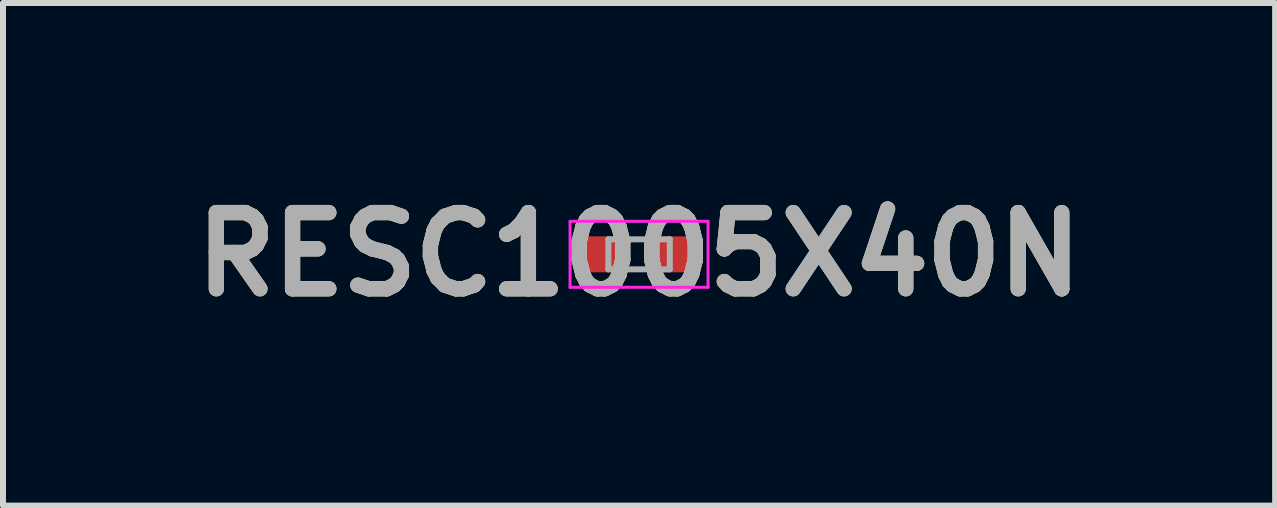
<source format=kicad_pcb>
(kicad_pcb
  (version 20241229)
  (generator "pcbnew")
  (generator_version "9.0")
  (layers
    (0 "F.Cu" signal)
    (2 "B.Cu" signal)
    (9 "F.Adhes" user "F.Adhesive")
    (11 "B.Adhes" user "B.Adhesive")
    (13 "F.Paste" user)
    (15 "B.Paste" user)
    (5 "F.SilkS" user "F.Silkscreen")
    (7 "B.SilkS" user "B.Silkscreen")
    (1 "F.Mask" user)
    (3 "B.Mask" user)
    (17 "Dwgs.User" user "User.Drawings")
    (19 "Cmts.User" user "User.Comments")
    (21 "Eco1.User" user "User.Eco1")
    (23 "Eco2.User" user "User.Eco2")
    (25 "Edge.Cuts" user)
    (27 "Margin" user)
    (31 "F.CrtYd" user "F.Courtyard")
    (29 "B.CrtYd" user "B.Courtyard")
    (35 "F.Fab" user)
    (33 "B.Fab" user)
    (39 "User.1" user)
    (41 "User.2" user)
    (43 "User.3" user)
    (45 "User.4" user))
  (footprint "RESC1005X40N"
    (layer "F.Cu")
    (at 7.602 1.189)
    (property "Reference" "RESC1005X40N" (at 0 0 0) (layer "F.SilkS") (effects (font (size 1.27 1.27) (thickness 0.254))))
    (attr smd)
    (fp_line (start -1.15 -0.55) (end 1.15 -0.55) (stroke (width 0.05) (type solid)) (layer "F.CrtYd"))
    (fp_line (start -1.15 0.55) (end -1.15 -0.55) (stroke (width 0.05) (type solid)) (layer "F.CrtYd"))
    (fp_line (start 1.15 -0.55) (end 1.15 0.55) (stroke (width 0.05) (type solid)) (layer "F.CrtYd"))
    (fp_line (start 1.15 0.55) (end -1.15 0.55) (stroke (width 0.05) (type solid)) (layer "F.CrtYd"))
    (fp_line (start -0.512 -0.25) (end 0.512 -0.25) (stroke (width 0.1) (type solid)) (layer "F.Fab"))
    (fp_line (start -0.512 0.25) (end -0.512 -0.25) (stroke (width 0.1) (type solid)) (layer "F.Fab"))
    (fp_line (start 0.512 -0.25) (end 0.512 0.25) (stroke (width 0.1) (type solid)) (layer "F.Fab"))
    (fp_line (start 0.512 0.25) (end -0.512 0.25) (stroke (width 0.1) (type solid)) (layer "F.Fab"))
    (fp_text user "${REFERENCE}" (at 0 0 0) (layer "F.Fab") (effects (font (size 1.27 1.27) (thickness 0.254))))
    (pad "1" smd rect (at -0.55 0 90) (size 0.6 0.7) (layers "F.Cu" "F.Mask" "F.Paste"))
    (pad "2" smd rect (at 0.55 0 90) (size 0.6 0.7) (layers "F.Cu" "F.Mask" "F.Paste")))
  (gr_rect
    (start -3 -3)
    (end 18.204 5.377)
    (stroke (width 0.1) (type default))
    (fill no)
    (layer "Edge.Cuts")))
</source>
